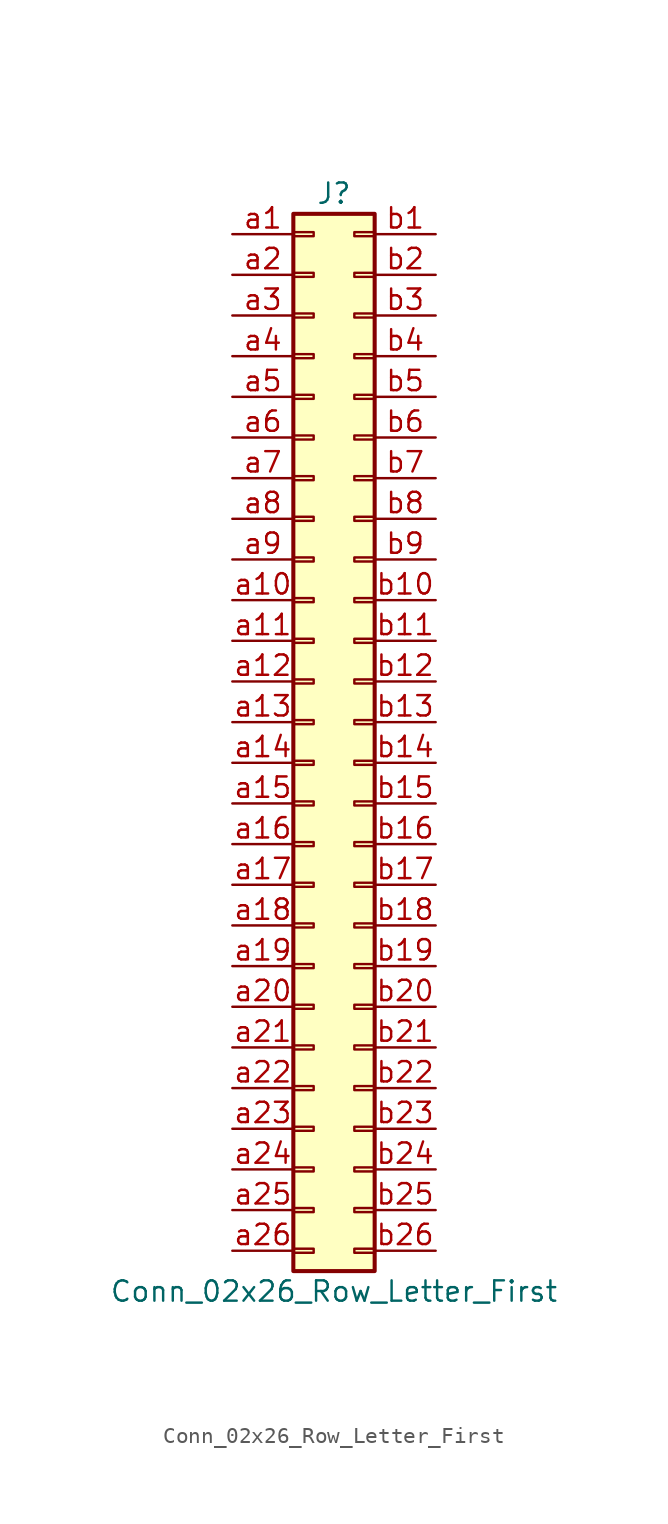
<source format=kicad_sym>
(kicad_symbol_lib
  (version 20201005)
  (generator kicad_symbol_editor)
  (symbol "Conn_02x26_Row_Letter_First"
    (pin_names
      (offset 1.016) hide)
    (property "Reference" "J"
      (at 1.27 33.02 0)
      (effects (font (size 1.27 1.27))))
    (property "Value" "Conn_02x26_Row_Letter_First"
      (at 1.27 -35.56 0)
      (effects (font (size 1.27 1.27))))
    (symbol "Conn_02x26_Row_Letter_First_1_1"
      (rectangle (start -1.27 -32.893) (end 0 -33.147) (stroke (width 0.152)) (fill (type none)))
      (rectangle (start -1.27 -30.353) (end 0 -30.607) (stroke (width 0.152)) (fill (type none)))
      (rectangle (start -1.27 -27.813) (end 0 -28.067) (stroke (width 0.152)) (fill (type none)))
      (rectangle (start -1.27 -25.273) (end 0 -25.527) (stroke (width 0.152)) (fill (type none)))
      (rectangle (start -1.27 -22.733) (end 0 -22.987) (stroke (width 0.152)) (fill (type none)))
      (rectangle (start -1.27 -20.193) (end 0 -20.447) (stroke (width 0.152)) (fill (type none)))
      (rectangle (start -1.27 -17.653) (end 0 -17.907) (stroke (width 0.152)) (fill (type none)))
      (rectangle (start -1.27 -15.113) (end 0 -15.367) (stroke (width 0.152)) (fill (type none)))
      (rectangle (start -1.27 -12.573) (end 0 -12.827) (stroke (width 0.152)) (fill (type none)))
      (rectangle (start -1.27 -10.033) (end 0 -10.287) (stroke (width 0.152)) (fill (type none)))
      (rectangle (start -1.27 -7.493) (end 0 -7.747) (stroke (width 0.152)) (fill (type none)))
      (rectangle (start -1.27 -4.953) (end 0 -5.207) (stroke (width 0.152)) (fill (type none)))
      (rectangle (start -1.27 -2.413) (end 0 -2.667) (stroke (width 0.152)) (fill (type none)))
      (rectangle (start -1.27 0.127) (end 0 -0.127) (stroke (width 0.152)) (fill (type none)))
      (rectangle (start -1.27 2.667) (end 0 2.413) (stroke (width 0.152)) (fill (type none)))
      (rectangle (start -1.27 5.207) (end 0 4.953) (stroke (width 0.152)) (fill (type none)))
      (rectangle (start -1.27 7.747) (end 0 7.493) (stroke (width 0.152)) (fill (type none)))
      (rectangle (start -1.27 10.287) (end 0 10.033) (stroke (width 0.152)) (fill (type none)))
      (rectangle (start -1.27 12.827) (end 0 12.573) (stroke (width 0.152)) (fill (type none)))
      (rectangle (start -1.27 15.367) (end 0 15.113) (stroke (width 0.152)) (fill (type none)))
      (rectangle (start -1.27 17.907) (end 0 17.653) (stroke (width 0.152)) (fill (type none)))
      (rectangle (start -1.27 20.447) (end 0 20.193) (stroke (width 0.152)) (fill (type none)))
      (rectangle (start -1.27 22.987) (end 0 22.733) (stroke (width 0.152)) (fill (type none)))
      (rectangle (start -1.27 25.527) (end 0 25.273) (stroke (width 0.152)) (fill (type none)))
      (rectangle (start -1.27 28.067) (end 0 27.813) (stroke (width 0.152)) (fill (type none)))
      (rectangle (start -1.27 30.607) (end 0 30.353) (stroke (width 0.152)) (fill (type none)))
      (rectangle (start 3.81 -32.893) (end 2.54 -33.147) (stroke (width 0.152)) (fill (type none)))
      (rectangle (start 3.81 -30.353) (end 2.54 -30.607) (stroke (width 0.152)) (fill (type none)))
      (rectangle (start 3.81 -27.813) (end 2.54 -28.067) (stroke (width 0.152)) (fill (type none)))
      (rectangle (start 3.81 -25.273) (end 2.54 -25.527) (stroke (width 0.152)) (fill (type none)))
      (rectangle (start 3.81 -22.733) (end 2.54 -22.987) (stroke (width 0.152)) (fill (type none)))
      (rectangle (start 3.81 -20.193) (end 2.54 -20.447) (stroke (width 0.152)) (fill (type none)))
      (rectangle (start 3.81 -17.653) (end 2.54 -17.907) (stroke (width 0.152)) (fill (type none)))
      (rectangle (start 3.81 -15.113) (end 2.54 -15.367) (stroke (width 0.152)) (fill (type none)))
      (rectangle (start 3.81 -12.573) (end 2.54 -12.827) (stroke (width 0.152)) (fill (type none)))
      (rectangle (start 3.81 -10.033) (end 2.54 -10.287) (stroke (width 0.152)) (fill (type none)))
      (rectangle (start 3.81 -7.493) (end 2.54 -7.747) (stroke (width 0.152)) (fill (type none)))
      (rectangle (start 3.81 -4.953) (end 2.54 -5.207) (stroke (width 0.152)) (fill (type none)))
      (rectangle (start 3.81 -2.413) (end 2.54 -2.667) (stroke (width 0.152)) (fill (type none)))
      (rectangle (start 3.81 0.127) (end 2.54 -0.127) (stroke (width 0.152)) (fill (type none)))
      (rectangle (start 3.81 2.667) (end 2.54 2.413) (stroke (width 0.152)) (fill (type none)))
      (rectangle (start 3.81 5.207) (end 2.54 4.953) (stroke (width 0.152)) (fill (type none)))
      (rectangle (start 3.81 7.747) (end 2.54 7.493) (stroke (width 0.152)) (fill (type none)))
      (rectangle (start 3.81 10.287) (end 2.54 10.033) (stroke (width 0.152)) (fill (type none)))
      (rectangle (start 3.81 12.827) (end 2.54 12.573) (stroke (width 0.152)) (fill (type none)))
      (rectangle (start 3.81 15.367) (end 2.54 15.113) (stroke (width 0.152)) (fill (type none)))
      (rectangle (start 3.81 17.907) (end 2.54 17.653) (stroke (width 0.152)) (fill (type none)))
      (rectangle (start 3.81 20.447) (end 2.54 20.193) (stroke (width 0.152)) (fill (type none)))
      (rectangle (start 3.81 22.987) (end 2.54 22.733) (stroke (width 0.152)) (fill (type none)))
      (rectangle (start 3.81 25.527) (end 2.54 25.273) (stroke (width 0.152)) (fill (type none)))
      (rectangle (start 3.81 28.067) (end 2.54 27.813) (stroke (width 0.152)) (fill (type none)))
      (rectangle (start 3.81 30.607) (end 2.54 30.353) (stroke (width 0.152)) (fill (type none)))
      (rectangle (start -1.27 31.75) (end 3.81 -34.29) (stroke (width 0.254)) (fill (type background)))
      (pin passive line (at -5.08 30.48 0) (length 3.81) (name "Pin_a1" (effects (font (size 1.27 1.27)))) (number "a1" (effects (font (size 1.27 1.27)))))
      (pin passive line (at -5.08 7.62 0) (length 3.81) (name "Pin_a10" (effects (font (size 1.27 1.27)))) (number "a10" (effects (font (size 1.27 1.27)))))
      (pin passive line (at -5.08 5.08 0) (length 3.81) (name "Pin_a11" (effects (font (size 1.27 1.27)))) (number "a11" (effects (font (size 1.27 1.27)))))
      (pin passive line (at -5.08 2.54 0) (length 3.81) (name "Pin_a12" (effects (font (size 1.27 1.27)))) (number "a12" (effects (font (size 1.27 1.27)))))
      (pin passive line (at -5.08 0 0) (length 3.81) (name "Pin_a13" (effects (font (size 1.27 1.27)))) (number "a13" (effects (font (size 1.27 1.27)))))
      (pin passive line (at -5.08 -2.54 0) (length 3.81) (name "Pin_a14" (effects (font (size 1.27 1.27)))) (number "a14" (effects (font (size 1.27 1.27)))))
      (pin passive line (at -5.08 -5.08 0) (length 3.81) (name "Pin_a15" (effects (font (size 1.27 1.27)))) (number "a15" (effects (font (size 1.27 1.27)))))
      (pin passive line (at -5.08 -7.62 0) (length 3.81) (name "Pin_a16" (effects (font (size 1.27 1.27)))) (number "a16" (effects (font (size 1.27 1.27)))))
      (pin passive line (at -5.08 -10.16 0) (length 3.81) (name "Pin_a17" (effects (font (size 1.27 1.27)))) (number "a17" (effects (font (size 1.27 1.27)))))
      (pin passive line (at -5.08 -12.7 0) (length 3.81) (name "Pin_a18" (effects (font (size 1.27 1.27)))) (number "a18" (effects (font (size 1.27 1.27)))))
      (pin passive line (at -5.08 -15.24 0) (length 3.81) (name "Pin_a19" (effects (font (size 1.27 1.27)))) (number "a19" (effects (font (size 1.27 1.27)))))
      (pin passive line (at -5.08 27.94 0) (length 3.81) (name "Pin_a2" (effects (font (size 1.27 1.27)))) (number "a2" (effects (font (size 1.27 1.27)))))
      (pin passive line (at -5.08 -17.78 0) (length 3.81) (name "Pin_a20" (effects (font (size 1.27 1.27)))) (number "a20" (effects (font (size 1.27 1.27)))))
      (pin passive line (at -5.08 -20.32 0) (length 3.81) (name "Pin_a21" (effects (font (size 1.27 1.27)))) (number "a21" (effects (font (size 1.27 1.27)))))
      (pin passive line (at -5.08 -22.86 0) (length 3.81) (name "Pin_a22" (effects (font (size 1.27 1.27)))) (number "a22" (effects (font (size 1.27 1.27)))))
      (pin passive line (at -5.08 -25.4 0) (length 3.81) (name "Pin_a23" (effects (font (size 1.27 1.27)))) (number "a23" (effects (font (size 1.27 1.27)))))
      (pin passive line (at -5.08 -27.94 0) (length 3.81) (name "Pin_a24" (effects (font (size 1.27 1.27)))) (number "a24" (effects (font (size 1.27 1.27)))))
      (pin passive line (at -5.08 -30.48 0) (length 3.81) (name "Pin_a25" (effects (font (size 1.27 1.27)))) (number "a25" (effects (font (size 1.27 1.27)))))
      (pin passive line (at -5.08 -33.02 0) (length 3.81) (name "Pin_a26" (effects (font (size 1.27 1.27)))) (number "a26" (effects (font (size 1.27 1.27)))))
      (pin passive line (at -5.08 25.4 0) (length 3.81) (name "Pin_a3" (effects (font (size 1.27 1.27)))) (number "a3" (effects (font (size 1.27 1.27)))))
      (pin passive line (at -5.08 22.86 0) (length 3.81) (name "Pin_a4" (effects (font (size 1.27 1.27)))) (number "a4" (effects (font (size 1.27 1.27)))))
      (pin passive line (at -5.08 20.32 0) (length 3.81) (name "Pin_a5" (effects (font (size 1.27 1.27)))) (number "a5" (effects (font (size 1.27 1.27)))))
      (pin passive line (at -5.08 17.78 0) (length 3.81) (name "Pin_a6" (effects (font (size 1.27 1.27)))) (number "a6" (effects (font (size 1.27 1.27)))))
      (pin passive line (at -5.08 15.24 0) (length 3.81) (name "Pin_a7" (effects (font (size 1.27 1.27)))) (number "a7" (effects (font (size 1.27 1.27)))))
      (pin passive line (at -5.08 12.7 0) (length 3.81) (name "Pin_a8" (effects (font (size 1.27 1.27)))) (number "a8" (effects (font (size 1.27 1.27)))))
      (pin passive line (at -5.08 10.16 0) (length 3.81) (name "Pin_a9" (effects (font (size 1.27 1.27)))) (number "a9" (effects (font (size 1.27 1.27)))))
      (pin passive line (at 7.62 30.48 180) (length 3.81) (name "Pin_b1" (effects (font (size 1.27 1.27)))) (number "b1" (effects (font (size 1.27 1.27)))))
      (pin passive line (at 7.62 7.62 180) (length 3.81) (name "Pin_b10" (effects (font (size 1.27 1.27)))) (number "b10" (effects (font (size 1.27 1.27)))))
      (pin passive line (at 7.62 5.08 180) (length 3.81) (name "Pin_b11" (effects (font (size 1.27 1.27)))) (number "b11" (effects (font (size 1.27 1.27)))))
      (pin passive line (at 7.62 2.54 180) (length 3.81) (name "Pin_b12" (effects (font (size 1.27 1.27)))) (number "b12" (effects (font (size 1.27 1.27)))))
      (pin passive line (at 7.62 0 180) (length 3.81) (name "Pin_b13" (effects (font (size 1.27 1.27)))) (number "b13" (effects (font (size 1.27 1.27)))))
      (pin passive line (at 7.62 -2.54 180) (length 3.81) (name "Pin_b14" (effects (font (size 1.27 1.27)))) (number "b14" (effects (font (size 1.27 1.27)))))
      (pin passive line (at 7.62 -5.08 180) (length 3.81) (name "Pin_b15" (effects (font (size 1.27 1.27)))) (number "b15" (effects (font (size 1.27 1.27)))))
      (pin passive line (at 7.62 -7.62 180) (length 3.81) (name "Pin_b16" (effects (font (size 1.27 1.27)))) (number "b16" (effects (font (size 1.27 1.27)))))
      (pin passive line (at 7.62 -10.16 180) (length 3.81) (name "Pin_b17" (effects (font (size 1.27 1.27)))) (number "b17" (effects (font (size 1.27 1.27)))))
      (pin passive line (at 7.62 -12.7 180) (length 3.81) (name "Pin_b18" (effects (font (size 1.27 1.27)))) (number "b18" (effects (font (size 1.27 1.27)))))
      (pin passive line (at 7.62 -15.24 180) (length 3.81) (name "Pin_b19" (effects (font (size 1.27 1.27)))) (number "b19" (effects (font (size 1.27 1.27)))))
      (pin passive line (at 7.62 27.94 180) (length 3.81) (name "Pin_b2" (effects (font (size 1.27 1.27)))) (number "b2" (effects (font (size 1.27 1.27)))))
      (pin passive line (at 7.62 -17.78 180) (length 3.81) (name "Pin_b20" (effects (font (size 1.27 1.27)))) (number "b20" (effects (font (size 1.27 1.27)))))
      (pin passive line (at 7.62 -20.32 180) (length 3.81) (name "Pin_b21" (effects (font (size 1.27 1.27)))) (number "b21" (effects (font (size 1.27 1.27)))))
      (pin passive line (at 7.62 -22.86 180) (length 3.81) (name "Pin_b22" (effects (font (size 1.27 1.27)))) (number "b22" (effects (font (size 1.27 1.27)))))
      (pin passive line (at 7.62 -25.4 180) (length 3.81) (name "Pin_b23" (effects (font (size 1.27 1.27)))) (number "b23" (effects (font (size 1.27 1.27)))))
      (pin passive line (at 7.62 -27.94 180) (length 3.81) (name "Pin_b24" (effects (font (size 1.27 1.27)))) (number "b24" (effects (font (size 1.27 1.27)))))
      (pin passive line (at 7.62 -30.48 180) (length 3.81) (name "Pin_b25" (effects (font (size 1.27 1.27)))) (number "b25" (effects (font (size 1.27 1.27)))))
      (pin passive line (at 7.62 -33.02 180) (length 3.81) (name "Pin_b26" (effects (font (size 1.27 1.27)))) (number "b26" (effects (font (size 1.27 1.27)))))
      (pin passive line (at 7.62 25.4 180) (length 3.81) (name "Pin_b3" (effects (font (size 1.27 1.27)))) (number "b3" (effects (font (size 1.27 1.27)))))
      (pin passive line (at 7.62 22.86 180) (length 3.81) (name "Pin_b4" (effects (font (size 1.27 1.27)))) (number "b4" (effects (font (size 1.27 1.27)))))
      (pin passive line (at 7.62 20.32 180) (length 3.81) (name "Pin_b5" (effects (font (size 1.27 1.27)))) (number "b5" (effects (font (size 1.27 1.27)))))
      (pin passive line (at 7.62 17.78 180) (length 3.81) (name "Pin_b6" (effects (font (size 1.27 1.27)))) (number "b6" (effects (font (size 1.27 1.27)))))
      (pin passive line (at 7.62 15.24 180) (length 3.81) (name "Pin_b7" (effects (font (size 1.27 1.27)))) (number "b7" (effects (font (size 1.27 1.27)))))
      (pin passive line (at 7.62 12.7 180) (length 3.81) (name "Pin_b8" (effects (font (size 1.27 1.27)))) (number "b8" (effects (font (size 1.27 1.27)))))
      (pin passive line (at 7.62 10.16 180) (length 3.81) (name "Pin_b9" (effects (font (size 1.27 1.27)))) (number "b9" (effects (font (size 1.27 1.27))))))))
</source>
